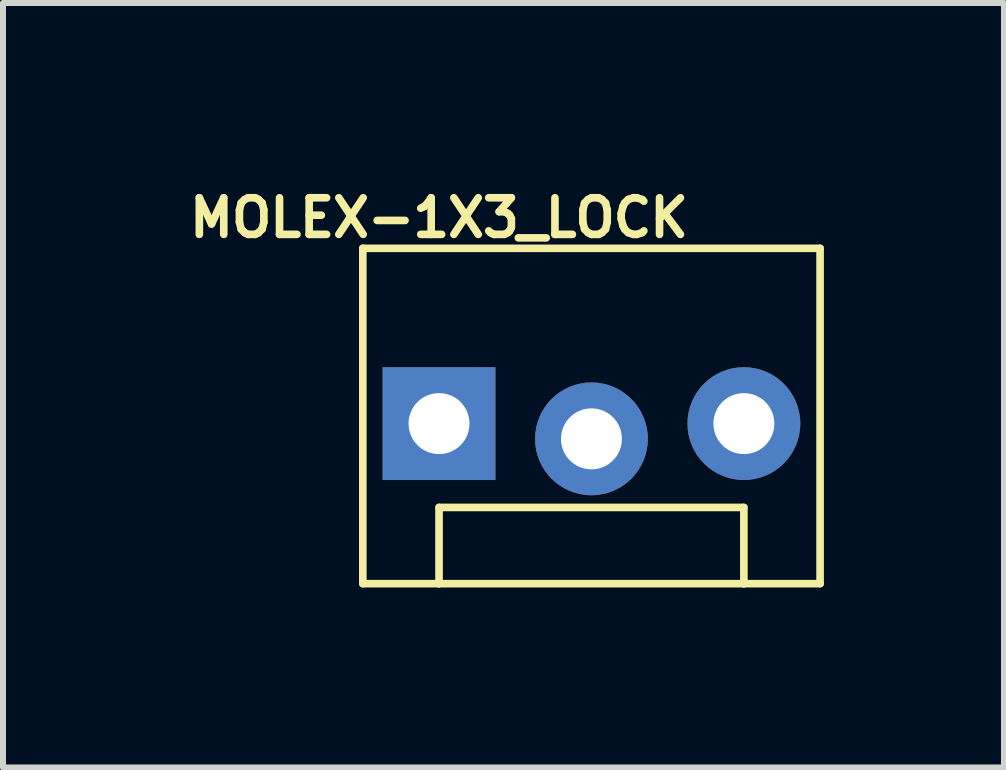
<source format=kicad_pcb>
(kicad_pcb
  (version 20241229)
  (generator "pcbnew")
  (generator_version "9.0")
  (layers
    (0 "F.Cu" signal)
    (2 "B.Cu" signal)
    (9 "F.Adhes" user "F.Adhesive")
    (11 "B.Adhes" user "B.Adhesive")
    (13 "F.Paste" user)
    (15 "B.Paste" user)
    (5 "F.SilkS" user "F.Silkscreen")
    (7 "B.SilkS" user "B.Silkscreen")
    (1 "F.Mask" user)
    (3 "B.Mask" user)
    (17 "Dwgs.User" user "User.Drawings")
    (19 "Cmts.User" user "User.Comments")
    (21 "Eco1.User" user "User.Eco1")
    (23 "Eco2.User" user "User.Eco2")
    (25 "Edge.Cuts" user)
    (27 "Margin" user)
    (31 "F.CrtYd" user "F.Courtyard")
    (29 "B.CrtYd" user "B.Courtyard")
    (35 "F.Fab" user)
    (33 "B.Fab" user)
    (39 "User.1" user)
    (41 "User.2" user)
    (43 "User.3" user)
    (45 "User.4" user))
  (footprint "MOLEX-1X3_LOCK"
    (layer "F.Cu")
    (at 4.266 4.136)
    (property "Reference" "MOLEX-1X3_LOCK" (at 0 -3.556 0) (layer "F.SilkS") (effects (font (size 0.61 0.61) (thickness 0.127))))
    (attr exclude_from_pos_files exclude_from_bom)
    (fp_line (start -1.27 -3.048) (end -1.27 2.54) (stroke (width 0.127) (type solid)) (layer "F.SilkS"))
    (fp_line (start 0 1.27) (end 5.08 1.27) (stroke (width 0.127) (type solid)) (layer "F.SilkS"))
    (fp_line (start 0 2.54) (end -1.27 2.54) (stroke (width 0.127) (type solid)) (layer "F.SilkS"))
    (fp_line (start 0 2.54) (end 0 1.27) (stroke (width 0.127) (type solid)) (layer "F.SilkS"))
    (fp_line (start 5.08 1.27) (end 5.08 2.54) (stroke (width 0.127) (type solid)) (layer "F.SilkS"))
    (fp_line (start 5.08 2.54) (end 0 2.54) (stroke (width 0.127) (type solid)) (layer "F.SilkS"))
    (fp_line (start 6.35 -3.048) (end -1.27 -3.048) (stroke (width 0.127) (type solid)) (layer "F.SilkS"))
    (fp_line (start 6.35 -3.048) (end 6.35 2.54) (stroke (width 0.127) (type solid)) (layer "F.SilkS"))
    (fp_line (start 6.35 2.54) (end 5.08 2.54) (stroke (width 0.127) (type solid)) (layer "F.SilkS"))
    (pad "1" thru_hole rect (at 0 -0.127) (size 1.88 1.88) (drill 1.016) (layers "*.Cu" "*.Paste" "*.Mask"))
    (pad "2" thru_hole circle (at 2.54 0.127) (size 1.88 1.88) (drill 1.016) (layers "*.Cu" "*.Paste" "*.Mask"))
    (pad "3" thru_hole circle (at 5.08 -0.127) (size 1.88 1.88) (drill 1.016) (layers "*.Cu" "*.Paste" "*.Mask")))
  (gr_rect
    (start -3 -3)
    (end 13.68 9.739)
    (stroke (width 0.1) (type default))
    (fill no)
    (layer "Edge.Cuts")))
</source>
